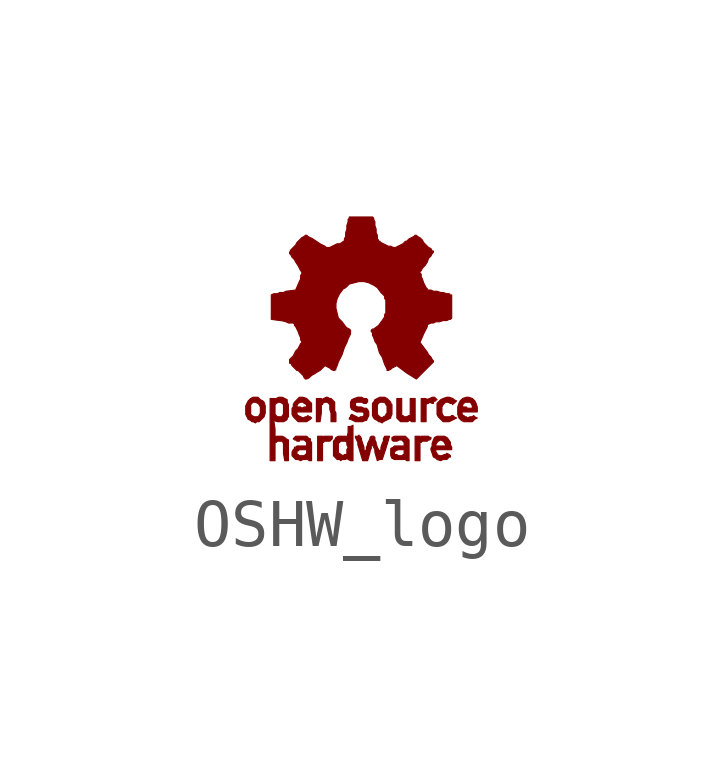
<source format=kicad_sym>
(kicad_symbol_lib
  (version 20231120)
  (generator "kicad_symbol_editor")
  (generator_version "8.0")
  (symbol "OSHW_logo"
    (pin_names
      (offset 1.016))
    (property "Reference" "#G"
      (at 0 -1.778 0)
      (effects (font (size 1.524 1.524)) (hide yes)))
    (symbol "OSHW_logo_0_0"
      (polyline (pts (xy -0.813 -2.159) (xy -0.787 -2.159) (xy -0.787 -2.134) (xy -0.66 -2.134) (xy -0.61 -2.083) (xy -0.61 -2.032) (xy -0.787 -2.032) (xy -0.787 -2.057) (xy -0.813 -2.057) (xy -0.813 -2.032) (xy -0.914 -2.032) (xy -0.914 -2.54) (xy -0.813 -2.54) (xy -0.813 -2.159)) (stroke (width 0.025) (type solid)) (fill (type outline)))
      (polyline (pts (xy 0.991 -1.702) (xy 1.016 -1.702) (xy 1.041 -1.727) (xy 1.118 -1.727) (xy 1.118 -1.245) (xy 1.016 -1.245) (xy 1.016 -1.6) (xy 0.991 -1.6) (xy 0.94 -1.626) (xy 0.889 -1.626) (xy 0.864 -1.6) (xy 0.838 -1.6) (xy 0.838 -1.245) (xy 0.737 -1.245) (xy 0.737 -1.651) (xy 0.813 -1.727) (xy 0.965 -1.727) (xy 0.991 -1.702)) (stroke (width 0.025) (type solid)) (fill (type outline)))
      (polyline (pts (xy 1.219 -2.159) (xy 1.245 -2.159) (xy 1.27 -2.134) (xy 1.372 -2.134) (xy 1.397 -2.108) (xy 1.422 -2.108) (xy 1.448 -2.083) (xy 1.448 -2.057) (xy 1.422 -2.057) (xy 1.397 -2.032) (xy 1.245 -2.032) (xy 1.245 -2.057) (xy 1.219 -2.057) (xy 1.219 -2.032) (xy 1.118 -2.032) (xy 1.118 -2.54) (xy 1.219 -2.54) (xy 1.219 -2.159)) (stroke (width 0.025) (type solid)) (fill (type outline)))
      (polyline (pts (xy 1.346 -1.372) (xy 1.372 -1.346) (xy 1.397 -1.346) (xy 1.422 -1.321) (xy 1.473 -1.346) (xy 1.499 -1.346) (xy 1.499 -1.321) (xy 1.524 -1.295) (xy 1.549 -1.295) (xy 1.549 -1.27) (xy 1.575 -1.27) (xy 1.524 -1.219) (xy 1.473 -1.219) (xy 1.422 -1.245) (xy 1.346 -1.27) (xy 1.346 -1.245) (xy 1.245 -1.245) (xy 1.245 -1.727) (xy 1.346 -1.727) (xy 1.346 -1.372)) (stroke (width 0.025) (type solid)) (fill (type outline)))
      (polyline (pts (xy -0.838 -1.549) (xy -0.838 -1.372) (xy -0.813 -1.372) (xy -0.813 -1.346) (xy -0.762 -1.321) (xy -0.711 -1.321) (xy -0.66 -1.372) (xy -0.66 -1.473) (xy -0.635 -1.549) (xy -0.635 -1.727) (xy -0.533 -1.727) (xy -0.533 -1.549) (xy -0.559 -1.499) (xy -0.559 -1.321) (xy -0.635 -1.245) (xy -0.66 -1.245) (xy -0.711 -1.219) (xy -0.737 -1.219) (xy -0.838 -1.27) (xy -0.838 -1.245) (xy -0.94 -1.245) (xy -0.94 -1.727) (xy -0.864 -1.727) (xy -0.838 -1.549)) (stroke (width 0.025) (type solid)) (fill (type outline)))
      (polyline (pts (xy 1.981 -1.651) (xy 1.93 -1.626) (xy 1.905 -1.6) (xy 1.88 -1.6) (xy 1.854 -1.626) (xy 1.727 -1.626) (xy 1.702 -1.6) (xy 1.676 -1.549) (xy 1.676 -1.422) (xy 1.702 -1.372) (xy 1.753 -1.321) (xy 1.803 -1.321) (xy 1.854 -1.346) (xy 1.88 -1.346) (xy 1.905 -1.372) (xy 1.905 -1.346) (xy 1.93 -1.346) (xy 1.981 -1.295) (xy 1.93 -1.27) (xy 1.905 -1.245) (xy 1.829 -1.219) (xy 1.778 -1.219) (xy 1.702 -1.245) (xy 1.651 -1.27) (xy 1.575 -1.346) (xy 1.575 -1.575) (xy 1.6 -1.626) (xy 1.702 -1.727) (xy 1.829 -1.727) (xy 1.981 -1.651)) (stroke (width 0.025) (type solid)) (fill (type outline)))
      (polyline (pts (xy -2.184 -1.727) (xy -2.134 -1.727) (xy -2.032 -1.626) (xy -2.007 -1.549) (xy -2.007 -1.397) (xy -2.032 -1.321) (xy -2.057 -1.295) (xy -2.108 -1.27) (xy -2.159 -1.219) (xy -2.261 -1.219) (xy -2.311 -1.245) (xy -2.362 -1.295) (xy -2.413 -1.397) (xy -2.413 -1.575) (xy -2.311 -1.575) (xy -2.311 -1.372) (xy -2.261 -1.321) (xy -2.21 -1.321) (xy -2.159 -1.346) (xy -2.134 -1.372) (xy -2.108 -1.422) (xy -2.108 -1.549) (xy -2.134 -1.6) (xy -2.159 -1.626) (xy -2.235 -1.626) (xy -2.286 -1.6) (xy -2.311 -1.575) (xy -2.413 -1.575) (xy -2.362 -1.676) (xy -2.311 -1.702) (xy -2.286 -1.727) (xy -2.261 -1.727) (xy -2.21 -1.753) (xy -2.184 -1.727)) (stroke (width 0.025) (type solid)) (fill (type outline)))
      (polyline (pts (xy 0.991 -2.108) (xy 0.914 -2.032) (xy 0.686 -2.032) (xy 0.635 -2.057) (xy 0.635 -2.108) (xy 0.66 -2.134) (xy 0.737 -2.134) (xy 0.787 -2.108) (xy 0.838 -2.108) (xy 0.889 -2.159) (xy 0.889 -2.235) (xy 0.686 -2.235) (xy 0.66 -2.261) (xy 0.61 -2.286) (xy 0.61 -2.413) (xy 0.686 -2.413) (xy 0.686 -2.362) (xy 0.711 -2.337) (xy 0.762 -2.311) (xy 0.889 -2.311) (xy 0.889 -2.413) (xy 0.864 -2.413) (xy 0.864 -2.438) (xy 0.762 -2.438) (xy 0.737 -2.413) (xy 0.686 -2.413) (xy 0.61 -2.413) (xy 0.61 -2.438) (xy 0.635 -2.489) (xy 0.686 -2.515) (xy 0.914 -2.515) (xy 0.94 -2.54) (xy 0.991 -2.54) (xy 0.991 -2.108)) (stroke (width 0.025) (type solid)) (fill (type outline)))
      (polyline (pts (xy -0.178 -1.803) (xy -0.229 -1.829) (xy -0.279 -1.829) (xy -0.279 -1.956) (xy -0.305 -2.057) (xy -0.33 -2.032) (xy -0.483 -2.032) (xy -0.533 -2.057) (xy -0.559 -2.108) (xy -0.584 -2.134) (xy -0.584 -2.388) (xy -0.483 -2.388) (xy -0.483 -2.184) (xy -0.432 -2.134) (xy -0.33 -2.134) (xy -0.305 -2.159) (xy -0.305 -2.21) (xy -0.279 -2.261) (xy -0.305 -2.311) (xy -0.305 -2.413) (xy -0.356 -2.413) (xy -0.381 -2.438) (xy -0.432 -2.413) (xy -0.457 -2.388) (xy -0.483 -2.388) (xy -0.584 -2.388) (xy -0.584 -2.438) (xy -0.508 -2.515) (xy -0.457 -2.515) (xy -0.432 -2.54) (xy -0.406 -2.515) (xy -0.33 -2.515) (xy -0.305 -2.489) (xy -0.279 -2.515) (xy -0.229 -2.54) (xy -0.178 -2.54) (xy -0.178 -1.803)) (stroke (width 0.025) (type solid)) (fill (type outline)))
      (polyline (pts (xy 0.457 -1.727) (xy 0.61 -1.651) (xy 0.61 -1.626) (xy 0.635 -1.575) (xy 0.635 -1.372) (xy 0.61 -1.346) (xy 0.61 -1.321) (xy 0.533 -1.245) (xy 0.483 -1.219) (xy 0.381 -1.219) (xy 0.279 -1.27) (xy 0.254 -1.321) (xy 0.229 -1.346) (xy 0.229 -1.575) (xy 0.33 -1.575) (xy 0.33 -1.372) (xy 0.381 -1.321) (xy 0.457 -1.321) (xy 0.508 -1.346) (xy 0.508 -1.372) (xy 0.533 -1.397) (xy 0.533 -1.549) (xy 0.508 -1.575) (xy 0.508 -1.6) (xy 0.457 -1.626) (xy 0.432 -1.651) (xy 0.381 -1.626) (xy 0.33 -1.575) (xy 0.229 -1.575) (xy 0.229 -1.6) (xy 0.254 -1.651) (xy 0.279 -1.676) (xy 0.33 -1.702) (xy 0.356 -1.727) (xy 0.381 -1.727) (xy 0.432 -1.753) (xy 0.457 -1.727)) (stroke (width 0.025) (type solid)) (fill (type outline)))
      (polyline (pts (xy -1.067 -1.676) (xy -1.041 -1.651) (xy -1.067 -1.626) (xy -1.092 -1.626) (xy -1.118 -1.6) (xy -1.143 -1.626) (xy -1.168 -1.626) (xy -1.219 -1.651) (xy -1.321 -1.6) (xy -1.346 -1.575) (xy -1.346 -1.524) (xy -1.041 -1.524) (xy -1.041 -1.346) (xy -1.143 -1.245) (xy -1.219 -1.219) (xy -1.295 -1.219) (xy -1.397 -1.321) (xy -1.422 -1.372) (xy -1.422 -1.422) (xy -1.346 -1.422) (xy -1.346 -1.397) (xy -1.321 -1.346) (xy -1.27 -1.321) (xy -1.219 -1.321) (xy -1.194 -1.346) (xy -1.143 -1.372) (xy -1.143 -1.422) (xy -1.194 -1.422) (xy -1.245 -1.448) (xy -1.27 -1.422) (xy -1.346 -1.422) (xy -1.422 -1.422) (xy -1.448 -1.448) (xy -1.448 -1.575) (xy -1.422 -1.626) (xy -1.321 -1.727) (xy -1.143 -1.727) (xy -1.067 -1.676)) (stroke (width 0.025) (type solid)) (fill (type outline)))
      (polyline (pts (xy 2.362 -1.676) (xy 2.413 -1.651) (xy 2.362 -1.626) (xy 2.337 -1.6) (xy 2.311 -1.626) (xy 2.261 -1.626) (xy 2.21 -1.651) (xy 2.184 -1.626) (xy 2.159 -1.626) (xy 2.134 -1.6) (xy 2.108 -1.6) (xy 2.108 -1.575) (xy 2.083 -1.549) (xy 2.108 -1.524) (xy 2.413 -1.524) (xy 2.413 -1.422) (xy 2.388 -1.346) (xy 2.362 -1.295) (xy 2.311 -1.245) (xy 2.235 -1.219) (xy 2.184 -1.219) (xy 2.108 -1.245) (xy 2.057 -1.295) (xy 2.032 -1.346) (xy 2.007 -1.422) (xy 2.108 -1.422) (xy 2.108 -1.372) (xy 2.159 -1.321) (xy 2.261 -1.321) (xy 2.286 -1.346) (xy 2.311 -1.397) (xy 2.311 -1.448) (xy 2.21 -1.448) (xy 2.184 -1.422) (xy 2.108 -1.422) (xy 2.007 -1.422) (xy 2.007 -1.575) (xy 2.032 -1.651) (xy 2.083 -1.702) (xy 2.134 -1.727) (xy 2.311 -1.727) (xy 2.362 -1.676)) (stroke (width 0.025) (type solid)) (fill (type outline)))
      (polyline (pts (xy 0.076 -1.702) (xy 0.102 -1.702) (xy 0.152 -1.6) (xy 0.152 -1.524) (xy 0.127 -1.473) (xy 0.102 -1.448) (xy 0.051 -1.448) (xy 0 -1.422) (xy -0.076 -1.422) (xy -0.127 -1.397) (xy -0.127 -1.346) (xy -0.102 -1.321) (xy 0 -1.321) (xy 0.051 -1.346) (xy 0.102 -1.346) (xy 0.102 -1.321) (xy 0.127 -1.321) (xy 0.127 -1.27) (xy 0.102 -1.245) (xy 0.051 -1.245) (xy 0 -1.219) (xy -0.076 -1.219) (xy -0.152 -1.245) (xy -0.203 -1.27) (xy -0.229 -1.321) (xy -0.229 -1.422) (xy -0.203 -1.473) (xy -0.102 -1.524) (xy 0.025 -1.524) (xy 0.051 -1.549) (xy 0.051 -1.6) (xy 0.025 -1.626) (xy -0.025 -1.626) (xy -0.051 -1.651) (xy -0.203 -1.575) (xy -0.229 -1.6) (xy -0.229 -1.626) (xy -0.254 -1.651) (xy -0.254 -1.676) (xy -0.229 -1.676) (xy -0.127 -1.727) (xy 0.025 -1.727) (xy 0.076 -1.702)) (stroke (width 0.025) (type solid)) (fill (type outline)))
      (polyline (pts (xy 1.702 -2.515) (xy 1.778 -2.515) (xy 1.829 -2.464) (xy 1.854 -2.464) (xy 1.854 -2.438) (xy 1.829 -2.413) (xy 1.778 -2.388) (xy 1.753 -2.413) (xy 1.727 -2.413) (xy 1.676 -2.438) (xy 1.626 -2.438) (xy 1.575 -2.413) (xy 1.575 -2.388) (xy 1.549 -2.362) (xy 1.549 -2.311) (xy 1.88 -2.311) (xy 1.88 -2.261) (xy 1.854 -2.21) (xy 1.854 -2.159) (xy 1.803 -2.083) (xy 1.778 -2.057) (xy 1.727 -2.032) (xy 1.575 -2.032) (xy 1.524 -2.057) (xy 1.499 -2.108) (xy 1.473 -2.184) (xy 1.473 -2.235) (xy 1.549 -2.235) (xy 1.549 -2.21) (xy 1.575 -2.159) (xy 1.6 -2.134) (xy 1.651 -2.108) (xy 1.702 -2.134) (xy 1.727 -2.159) (xy 1.753 -2.21) (xy 1.778 -2.235) (xy 1.549 -2.235) (xy 1.473 -2.235) (xy 1.448 -2.286) (xy 1.448 -2.311) (xy 1.499 -2.464) (xy 1.549 -2.489) (xy 1.575 -2.515) (xy 1.651 -2.54) (xy 1.702 -2.515)) (stroke (width 0.025) (type solid)) (fill (type outline)))
      (polyline (pts (xy -1.041 -2.159) (xy -1.067 -2.134) (xy -1.067 -2.083) (xy -1.092 -2.083) (xy -1.143 -2.032) (xy -1.372 -2.032) (xy -1.422 -2.083) (xy -1.397 -2.108) (xy -1.372 -2.108) (xy -1.346 -2.134) (xy -1.295 -2.134) (xy -1.295 -2.108) (xy -1.194 -2.108) (xy -1.143 -2.159) (xy -1.143 -2.235) (xy -1.346 -2.235) (xy -1.372 -2.261) (xy -1.397 -2.261) (xy -1.397 -2.286) (xy -1.422 -2.311) (xy -1.448 -2.362) (xy -1.448 -2.413) (xy -1.346 -2.413) (xy -1.346 -2.337) (xy -1.321 -2.337) (xy -1.295 -2.311) (xy -1.143 -2.311) (xy -1.143 -2.388) (xy -1.194 -2.438) (xy -1.295 -2.438) (xy -1.321 -2.413) (xy -1.346 -2.413) (xy -1.448 -2.413) (xy -1.448 -2.438) (xy -1.372 -2.515) (xy -1.321 -2.515) (xy -1.27 -2.54) (xy -1.219 -2.515) (xy -1.168 -2.515) (xy -1.168 -2.489) (xy -1.143 -2.489) (xy -1.143 -2.515) (xy -1.118 -2.515) (xy -1.092 -2.54) (xy -1.041 -2.54) (xy -1.041 -2.159)) (stroke (width 0.025) (type solid)) (fill (type outline)))
      (polyline (pts (xy -1.803 -2.159) (xy -1.778 -2.159) (xy -1.753 -2.134) (xy -1.651 -2.134) (xy -1.626 -2.184) (xy -1.626 -2.388) (xy -1.6 -2.54) (xy -1.524 -2.54) (xy -1.524 -2.108) (xy -1.575 -2.083) (xy -1.6 -2.057) (xy -1.651 -2.032) (xy -1.778 -2.032) (xy -1.803 -2.057) (xy -1.803 -1.88) (xy -1.829 -1.702) (xy -1.753 -1.727) (xy -1.626 -1.727) (xy -1.575 -1.702) (xy -1.549 -1.676) (xy -1.549 -1.651) (xy -1.524 -1.626) (xy -1.524 -1.372) (xy -1.549 -1.321) (xy -1.549 -1.27) (xy -1.651 -1.219) (xy -1.727 -1.219) (xy -1.778 -1.245) (xy -1.803 -1.27) (xy -1.803 -1.245) (xy -1.905 -1.245) (xy -1.905 -1.575) (xy -1.803 -1.575) (xy -1.803 -1.372) (xy -1.778 -1.346) (xy -1.727 -1.321) (xy -1.702 -1.321) (xy -1.651 -1.346) (xy -1.626 -1.372) (xy -1.626 -1.575) (xy -1.651 -1.6) (xy -1.651 -1.626) (xy -1.753 -1.626) (xy -1.803 -1.575) (xy -1.905 -1.575) (xy -1.905 -2.54) (xy -1.803 -2.54) (xy -1.803 -2.159)) (stroke (width 0.025) (type solid)) (fill (type outline)))
      (polyline (pts (xy 0.178 -2.362) (xy 0.178 -2.337) (xy 0.203 -2.286) (xy 0.203 -2.235) (xy 0.229 -2.21) (xy 0.279 -2.311) (xy 0.279 -2.362) (xy 0.33 -2.54) (xy 0.381 -2.515) (xy 0.432 -2.515) (xy 0.508 -2.286) (xy 0.584 -2.032) (xy 0.483 -2.032) (xy 0.457 -2.083) (xy 0.457 -2.134) (xy 0.432 -2.184) (xy 0.406 -2.261) (xy 0.406 -2.311) (xy 0.381 -2.337) (xy 0.356 -2.311) (xy 0.33 -2.261) (xy 0.305 -2.184) (xy 0.305 -2.159) (xy 0.279 -2.108) (xy 0.279 -2.057) (xy 0.254 -2.032) (xy 0.203 -2.032) (xy 0.178 -2.057) (xy 0.178 -2.083) (xy 0.127 -2.184) (xy 0.127 -2.21) (xy 0.102 -2.261) (xy 0.102 -2.311) (xy 0.076 -2.337) (xy 0.051 -2.311) (xy 0.051 -2.261) (xy 0 -2.108) (xy 0 -2.083) (xy -0.025 -2.032) (xy -0.051 -2.032) (xy -0.051 -2.007) (xy -0.076 -2.032) (xy -0.127 -2.032) (xy -0.127 -2.057) (xy -0.076 -2.159) (xy -0.076 -2.21) (xy -0.051 -2.286) (xy 0.025 -2.54) (xy 0.127 -2.54) (xy 0.178 -2.362)) (stroke (width 0.025) (type solid)) (fill (type outline)))
      (polyline (pts (xy -1.092 -0.813) (xy -1.041 -0.762) (xy -0.991 -0.737) (xy -0.914 -0.686) (xy -0.864 -0.66) (xy -0.762 -0.559) (xy -0.66 -0.61) (xy -0.635 -0.635) (xy -0.584 -0.66) (xy -0.559 -0.66) (xy -0.533 -0.635) (xy -0.533 -0.61) (xy -0.508 -0.559) (xy -0.483 -0.483) (xy -0.406 -0.33) (xy -0.356 -0.178) (xy -0.305 -0.076) (xy -0.279 0) (xy -0.229 0.102) (xy -0.229 0.178) (xy -0.254 0.203) (xy -0.305 0.229) (xy -0.33 0.254) (xy -0.406 0.356) (xy -0.483 0.432) (xy -0.533 0.635) (xy -0.533 0.737) (xy -0.508 0.838) (xy -0.457 0.94) (xy -0.381 1.041) (xy -0.33 1.067) (xy -0.254 1.143) (xy -0.051 1.194) (xy 0.051 1.194) (xy 0.152 1.168) (xy 0.254 1.118) (xy 0.33 1.067) (xy 0.406 0.965) (xy 0.483 0.889) (xy 0.483 0.838) (xy 0.508 0.813) (xy 0.508 0.533) (xy 0.483 0.508) (xy 0.483 0.457) (xy 0.432 0.381) (xy 0.356 0.279) (xy 0.254 0.203) (xy 0.229 0.203) (xy 0.203 0.178) (xy 0.203 0.152) (xy 0.229 0.127) (xy 0.229 0.076) (xy 0.254 0.025) (xy 0.279 -0.051) (xy 0.33 -0.127) (xy 0.356 -0.229) (xy 0.381 -0.305) (xy 0.432 -0.381) (xy 0.483 -0.533) (xy 0.533 -0.635) (xy 0.533 -0.66) (xy 0.559 -0.66) (xy 0.61 -0.635) (xy 0.635 -0.61) (xy 0.737 -0.559) (xy 0.94 -0.711) (xy 1.143 -0.838) (xy 1.499 -0.483) (xy 1.499 -0.457) (xy 1.473 -0.432) (xy 1.448 -0.381) (xy 1.397 -0.33) (xy 1.372 -0.279) (xy 1.219 -0.076) (xy 1.295 0.102) (xy 1.372 0.254) (xy 1.372 0.305) (xy 1.397 0.305) (xy 1.448 0.33) (xy 1.499 0.33) (xy 1.549 0.356) (xy 1.626 0.356) (xy 1.702 0.381) (xy 1.778 0.381) (xy 1.829 0.406) (xy 1.854 0.406) (xy 1.88 0.432) (xy 1.88 0.914) (xy 1.854 0.914) (xy 1.829 0.94) (xy 1.778 0.94) (xy 1.702 0.965) (xy 1.651 0.965) (xy 1.575 0.991) (xy 1.499 0.991) (xy 1.448 1.016) (xy 1.372 1.016) (xy 1.372 1.041) (xy 1.346 1.067) (xy 1.295 1.168) (xy 1.27 1.245) (xy 1.245 1.295) (xy 1.245 1.346) (xy 1.219 1.372) (xy 1.219 1.397) (xy 1.245 1.422) (xy 1.27 1.473) (xy 1.321 1.524) (xy 1.372 1.6) (xy 1.397 1.676) (xy 1.448 1.727) (xy 1.473 1.778) (xy 1.499 1.803) (xy 1.499 1.829) (xy 1.473 1.829) (xy 1.448 1.88) (xy 1.397 1.905) (xy 1.295 2.007) (xy 1.27 2.057) (xy 1.219 2.108) (xy 1.168 2.134) (xy 1.143 2.159) (xy 1.118 2.159) (xy 1.092 2.134) (xy 0.991 2.083) (xy 0.94 2.032) (xy 0.914 2.032) (xy 0.864 1.981) (xy 0.711 1.905) (xy 0.711 1.88) (xy 0.686 1.905) (xy 0.66 1.905) (xy 0.61 1.93) (xy 0.559 1.93) (xy 0.406 2.007) (xy 0.381 2.032) (xy 0.356 2.032) (xy 0.356 2.057) (xy 0.33 2.083) (xy 0.33 2.159) (xy 0.305 2.21) (xy 0.305 2.286) (xy 0.279 2.362) (xy 0.279 2.438) (xy 0.254 2.489) (xy 0.254 2.515) (xy 0.229 2.54) (xy -0.254 2.54) (xy -0.254 2.515) (xy -0.279 2.489) (xy -0.279 2.438) (xy -0.305 2.362) (xy -0.305 2.286) (xy -0.33 2.21) (xy -0.33 2.134) (xy -0.356 2.083) (xy -0.356 2.032) (xy -0.381 2.032) (xy -0.406 2.007) (xy -0.457 1.981) (xy -0.508 1.981) (xy -0.66 1.905) (xy -0.686 1.905) (xy -0.711 1.88) (xy -0.711 1.905) (xy -0.737 1.905) (xy -0.762 1.93) (xy -0.864 1.981) (xy -1.016 2.083) (xy -1.118 2.134) (xy -1.143 2.159) (xy -1.168 2.159) (xy -1.194 2.134) (xy -1.245 2.108) (xy -1.346 2.007) (xy -1.372 1.956) (xy -1.473 1.854) (xy -1.499 1.803) (xy -1.499 1.778) (xy -1.473 1.753) (xy -1.448 1.702) (xy -1.397 1.651) (xy -1.372 1.6) (xy -1.321 1.524) (xy -1.27 1.422) (xy -1.245 1.397) (xy -1.245 1.346) (xy -1.27 1.321) (xy -1.27 1.245) (xy -1.295 1.194) (xy -1.372 1.016) (xy -1.575 0.991) (xy -1.626 0.965) (xy -1.702 0.965) (xy -1.753 0.94) (xy -1.829 0.94) (xy -1.88 0.914) (xy -1.88 0.406) (xy -1.702 0.381) (xy -1.676 0.381) (xy -1.575 0.356) (xy -1.524 0.33) (xy -1.422 0.33) (xy -1.397 0.305) (xy -1.397 0.279) (xy -1.372 0.254) (xy -1.321 0.152) (xy -1.295 0.076) (xy -1.27 0.025) (xy -1.27 -0.025) (xy -1.245 -0.051) (xy -1.245 -0.076) (xy -1.27 -0.102) (xy -1.321 -0.203) (xy -1.372 -0.254) (xy -1.422 -0.356) (xy -1.499 -0.432) (xy -1.499 -0.508) (xy -1.473 -0.508) (xy -1.448 -0.559) (xy -1.346 -0.66) (xy -1.321 -0.66) (xy -1.219 -0.762) (xy -1.194 -0.813) (xy -1.168 -0.838) (xy -1.143 -0.838) (xy -1.092 -0.813)) (stroke (width 0.025) (type solid)) (fill (type outline))))))
</source>
